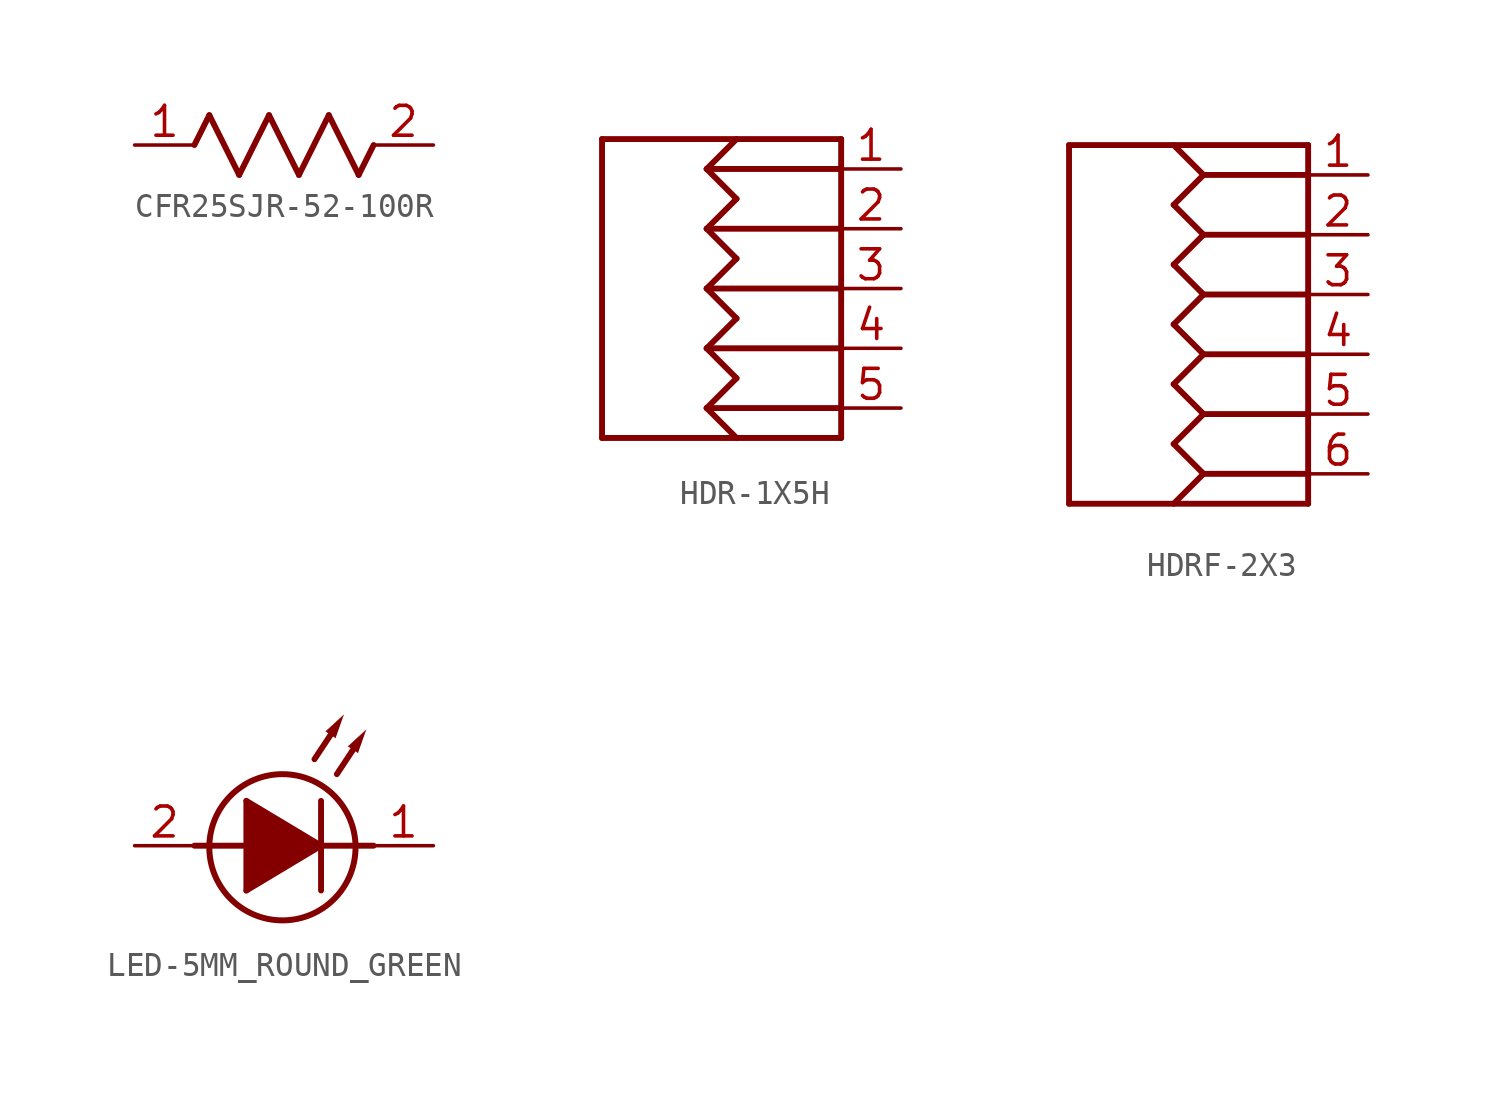
<source format=kicad_sym>
(kicad_symbol_lib
  (version 20231120)
  (generator "kicad_symbol_editor")
  (generator_version "8.0")
  (symbol "CFR25SJR-52-100R"
    (property "Reference" "R"
      (at 0 0 0)
      (effects (font (size 1.27 1.27)) (hide yes)))
    (property "ki_locked" ""
      (at 0 0 0)
      (effects (font (size 1.27 1.27))))
    (symbol "CFR25SJR-52-100R_1_0"
      (polyline (pts (xy -3.81 0) (xy -3.175 1.27)) (stroke (width 0.25) (type solid)) (fill (type none)))
      (polyline (pts (xy -3.175 1.27) (xy -1.905 -1.27)) (stroke (width 0.25) (type solid)) (fill (type none)))
      (polyline (pts (xy -1.905 -1.27) (xy -0.635 1.27)) (stroke (width 0.25) (type solid)) (fill (type none)))
      (polyline (pts (xy -0.635 1.27) (xy 0.635 -1.27)) (stroke (width 0.25) (type solid)) (fill (type none)))
      (polyline (pts (xy 0.635 -1.27) (xy 1.905 1.27)) (stroke (width 0.25) (type solid)) (fill (type none)))
      (polyline (pts (xy 1.905 1.27) (xy 3.175 -1.27)) (stroke (width 0.25) (type solid)) (fill (type none)))
      (polyline (pts (xy 3.175 -1.27) (xy 3.81 0)) (stroke (width 0.25) (type solid)) (fill (type none)))
      (pin passive line (at -6.35 0 0) (length 2.54) (name "1" (effects (font (size 0 0)))) (number "1" (effects (font (size 1.27 1.27)))))
      (pin passive line (at 6.35 0 180) (length 2.54) (name "2" (effects (font (size 0 0)))) (number "2" (effects (font (size 1.27 1.27)))))))
  (symbol "HDR-1X5H"
    (property "Reference" "ICSP"
      (at 0 0 0)
      (effects (font (size 1.27 1.27)) (hide yes)))
    (property "ki_locked" ""
      (at 0 0 0)
      (effects (font (size 1.27 1.27))))
    (symbol "HDR-1X5H_1_0"
      (polyline (pts (xy -5.08 -6.35) (xy -5.08 6.35)) (stroke (width 0.25) (type solid)) (fill (type none)))
      (polyline (pts (xy -5.08 6.35) (xy 5.08 6.35)) (stroke (width 0.25) (type solid)) (fill (type none)))
      (polyline (pts (xy -0.635 -5.08) (xy 0.635 -6.35)) (stroke (width 0.25) (type solid)) (fill (type none)))
      (polyline (pts (xy -0.635 -5.08) (xy 0.635 -3.81)) (stroke (width 0.25) (type solid)) (fill (type none)))
      (polyline (pts (xy -0.635 -5.08) (xy 5.08 -5.08)) (stroke (width 0.25) (type solid)) (fill (type none)))
      (polyline (pts (xy -0.635 -2.54) (xy 0.635 -3.81)) (stroke (width 0.25) (type solid)) (fill (type none)))
      (polyline (pts (xy -0.635 -2.54) (xy 0.635 -1.27)) (stroke (width 0.25) (type solid)) (fill (type none)))
      (polyline (pts (xy -0.635 -2.54) (xy 5.08 -2.54)) (stroke (width 0.25) (type solid)) (fill (type none)))
      (polyline (pts (xy -0.635 0) (xy 0.635 -1.27)) (stroke (width 0.25) (type solid)) (fill (type none)))
      (polyline (pts (xy -0.635 0) (xy 0.635 1.27)) (stroke (width 0.25) (type solid)) (fill (type none)))
      (polyline (pts (xy -0.635 0) (xy 5.08 0)) (stroke (width 0.25) (type solid)) (fill (type none)))
      (polyline (pts (xy -0.635 2.54) (xy 0.635 1.27)) (stroke (width 0.25) (type solid)) (fill (type none)))
      (polyline (pts (xy -0.635 2.54) (xy 0.635 3.81)) (stroke (width 0.25) (type solid)) (fill (type none)))
      (polyline (pts (xy -0.635 2.54) (xy 5.08 2.54)) (stroke (width 0.25) (type solid)) (fill (type none)))
      (polyline (pts (xy -0.635 5.08) (xy 0.635 3.81)) (stroke (width 0.25) (type solid)) (fill (type none)))
      (polyline (pts (xy -0.635 5.08) (xy 0.635 6.35)) (stroke (width 0.25) (type solid)) (fill (type none)))
      (polyline (pts (xy -0.635 5.08) (xy 5.08 5.08)) (stroke (width 0.25) (type solid)) (fill (type none)))
      (polyline (pts (xy 5.08 -6.35) (xy -5.08 -6.35)) (stroke (width 0.25) (type solid)) (fill (type none)))
      (polyline (pts (xy 5.08 6.35) (xy 5.08 -6.35)) (stroke (width 0.25) (type solid)) (fill (type none)))
      (pin passive line (at 7.62 5.08 180) (length 2.54) (name "P1" (effects (font (size 0 0)))) (number "1" (effects (font (size 1.27 1.27)))))
      (pin passive line (at 7.62 2.54 180) (length 2.54) (name "P2" (effects (font (size 0 0)))) (number "2" (effects (font (size 1.27 1.27)))))
      (pin passive line (at 7.62 0 180) (length 2.54) (name "P3" (effects (font (size 0 0)))) (number "3" (effects (font (size 1.27 1.27)))))
      (pin passive line (at 7.62 -2.54 180) (length 2.54) (name "P4" (effects (font (size 0 0)))) (number "4" (effects (font (size 1.27 1.27)))))
      (pin passive line (at 7.62 -5.08 180) (length 2.54) (name "P5" (effects (font (size 0 0)))) (number "5" (effects (font (size 1.27 1.27)))))))
  (symbol "HDRF-2X3"
    (property "Reference" "NIX"
      (at 0 0 0)
      (effects (font (size 1.27 1.27)) (hide yes)))
    (property "ki_locked" ""
      (at 0 0 0)
      (effects (font (size 1.27 1.27))))
    (symbol "HDRF-2X3_1_0"
      (polyline (pts (xy -5.08 -7.62) (xy -5.08 7.62)) (stroke (width 0.25) (type solid)) (fill (type none)))
      (polyline (pts (xy -5.08 7.62) (xy 5.08 7.62)) (stroke (width 0.25) (type solid)) (fill (type none)))
      (polyline (pts (xy -0.635 -7.62) (xy 0.635 -6.35)) (stroke (width 0.25) (type solid)) (fill (type none)))
      (polyline (pts (xy -0.635 -5.08) (xy 0.635 -3.81)) (stroke (width 0.25) (type solid)) (fill (type none)))
      (polyline (pts (xy -0.635 -2.54) (xy 0.635 -1.27)) (stroke (width 0.25) (type solid)) (fill (type none)))
      (polyline (pts (xy -0.635 0) (xy 0.635 1.27)) (stroke (width 0.25) (type solid)) (fill (type none)))
      (polyline (pts (xy -0.635 2.54) (xy 0.635 3.81)) (stroke (width 0.25) (type solid)) (fill (type none)))
      (polyline (pts (xy -0.635 5.08) (xy 0.635 6.35)) (stroke (width 0.25) (type solid)) (fill (type none)))
      (polyline (pts (xy 0.635 -6.35) (xy -0.635 -5.08)) (stroke (width 0.25) (type solid)) (fill (type none)))
      (polyline (pts (xy 0.635 -6.35) (xy 5.08 -6.35)) (stroke (width 0.25) (type solid)) (fill (type none)))
      (polyline (pts (xy 0.635 -3.81) (xy -0.635 -2.54)) (stroke (width 0.25) (type solid)) (fill (type none)))
      (polyline (pts (xy 0.635 -3.81) (xy 5.08 -3.81)) (stroke (width 0.25) (type solid)) (fill (type none)))
      (polyline (pts (xy 0.635 -1.27) (xy -0.635 0)) (stroke (width 0.25) (type solid)) (fill (type none)))
      (polyline (pts (xy 0.635 -1.27) (xy 5.08 -1.27)) (stroke (width 0.25) (type solid)) (fill (type none)))
      (polyline (pts (xy 0.635 1.27) (xy -0.635 2.54)) (stroke (width 0.25) (type solid)) (fill (type none)))
      (polyline (pts (xy 0.635 1.27) (xy 5.08 1.27)) (stroke (width 0.25) (type solid)) (fill (type none)))
      (polyline (pts (xy 0.635 3.81) (xy -0.635 5.08)) (stroke (width 0.25) (type solid)) (fill (type none)))
      (polyline (pts (xy 0.635 3.81) (xy 5.08 3.81)) (stroke (width 0.25) (type solid)) (fill (type none)))
      (polyline (pts (xy 0.635 6.35) (xy -0.635 7.62)) (stroke (width 0.25) (type solid)) (fill (type none)))
      (polyline (pts (xy 0.635 6.35) (xy 5.08 6.35)) (stroke (width 0.25) (type solid)) (fill (type none)))
      (polyline (pts (xy 5.08 -7.62) (xy -5.08 -7.62)) (stroke (width 0.25) (type solid)) (fill (type none)))
      (polyline (pts (xy 5.08 7.62) (xy 5.08 -7.62)) (stroke (width 0.25) (type solid)) (fill (type none)))
      (pin passive line (at 7.62 6.35 180) (length 2.54) (name "P1" (effects (font (size 0 0)))) (number "1" (effects (font (size 1.27 1.27)))))
      (pin passive line (at 7.62 3.81 180) (length 2.54) (name "P2" (effects (font (size 0 0)))) (number "2" (effects (font (size 1.27 1.27)))))
      (pin passive line (at 7.62 1.27 180) (length 2.54) (name "P3" (effects (font (size 0 0)))) (number "3" (effects (font (size 1.27 1.27)))))
      (pin passive line (at 7.62 -1.27 180) (length 2.54) (name "P4" (effects (font (size 0 0)))) (number "4" (effects (font (size 1.27 1.27)))))
      (pin passive line (at 7.62 -3.81 180) (length 2.54) (name "P5" (effects (font (size 0 0)))) (number "5" (effects (font (size 1.27 1.27)))))
      (pin passive line (at 7.62 -6.35 180) (length 2.54) (name "P6" (effects (font (size 0 0)))) (number "6" (effects (font (size 1.27 1.27)))))))
  (symbol "LED-5MM_ROUND_GREEN"
    (property "Reference" "PWR"
      (at 0 0 0)
      (effects (font (size 1.27 1.27)) (hide yes)))
    (property "ki_locked" ""
      (at 0 0 0)
      (effects (font (size 1.27 1.27))))
    (symbol "LED-5MM_ROUND_GREEN_1_0"
      (circle (center -0.067 -1.336) (radius 3.108) (stroke (width 0.254) (type solid)) (fill (type none)))
      (polyline (pts (xy -3.81 -1.269) (xy -1.6 -1.269)) (stroke (width 0.25) (type solid)) (fill (type none)))
      (polyline (pts (xy -1.6 -3.174) (xy 1.575 -1.269)) (stroke (width 0.25) (type solid)) (fill (type none)))
      (polyline (pts (xy -1.6 0.636) (xy -1.6 -3.174)) (stroke (width 0.25) (type solid)) (fill (type none)))
      (polyline (pts (xy 1.295 2.407) (xy 1.988 3.453)) (stroke (width 0.25) (type solid)) (fill (type none)))
      (polyline (pts (xy 1.575 -3.174) (xy 1.575 0.636)) (stroke (width 0.25) (type solid)) (fill (type none)))
      (polyline (pts (xy 1.575 -1.269) (xy -1.6 0.636)) (stroke (width 0.25) (type solid)) (fill (type none)))
      (polyline (pts (xy 1.575 -1.269) (xy 3.81 -1.269)) (stroke (width 0.25) (type solid)) (fill (type none)))
      (polyline (pts (xy 2.248 1.772) (xy 2.94 2.818)) (stroke (width 0.25) (type solid)) (fill (type none)))
      (polyline (pts (xy -1.6 0.636) (xy 1.575 -1.269) (xy -1.6 -3.174)) (stroke (width 0.002) (type solid)) (fill (type outline)))
      (polyline (pts (xy 2.54 4.287) (xy 1.779 3.591) (xy 2.196 3.315)) (stroke (width 0.002) (type solid)) (fill (type outline)))
      (polyline (pts (xy 3.492 3.652) (xy 2.732 2.956) (xy 3.149 2.68)) (stroke (width 0.002) (type solid)) (fill (type outline)))
      (pin passive line (at 6.35 -1.269 180) (length 2.54) (name "K" (effects (font (size 0 0)))) (number "1" (effects (font (size 1.27 1.27)))))
      (pin passive line (at -6.35 -1.269 0) (length 2.54) (name "A" (effects (font (size 0 0)))) (number "2" (effects (font (size 1.27 1.27))))))))
</source>
